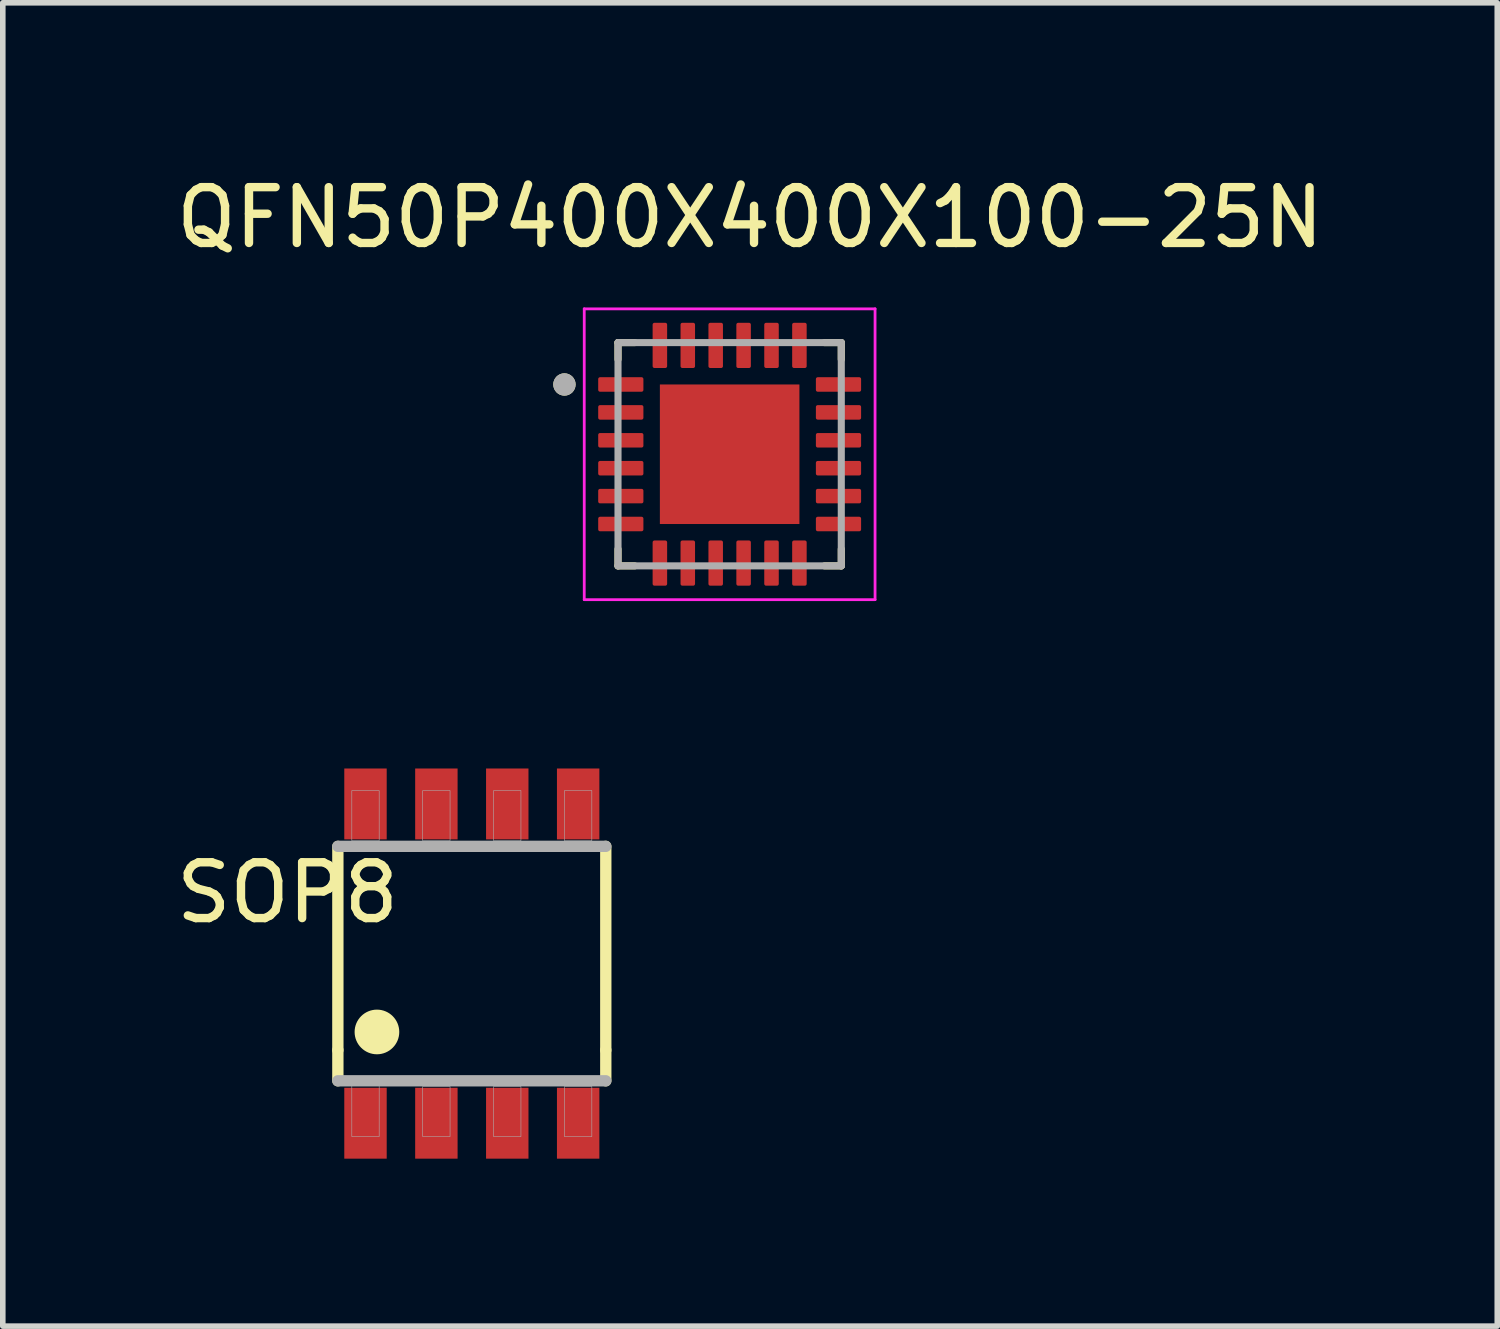
<source format=kicad_pcb>
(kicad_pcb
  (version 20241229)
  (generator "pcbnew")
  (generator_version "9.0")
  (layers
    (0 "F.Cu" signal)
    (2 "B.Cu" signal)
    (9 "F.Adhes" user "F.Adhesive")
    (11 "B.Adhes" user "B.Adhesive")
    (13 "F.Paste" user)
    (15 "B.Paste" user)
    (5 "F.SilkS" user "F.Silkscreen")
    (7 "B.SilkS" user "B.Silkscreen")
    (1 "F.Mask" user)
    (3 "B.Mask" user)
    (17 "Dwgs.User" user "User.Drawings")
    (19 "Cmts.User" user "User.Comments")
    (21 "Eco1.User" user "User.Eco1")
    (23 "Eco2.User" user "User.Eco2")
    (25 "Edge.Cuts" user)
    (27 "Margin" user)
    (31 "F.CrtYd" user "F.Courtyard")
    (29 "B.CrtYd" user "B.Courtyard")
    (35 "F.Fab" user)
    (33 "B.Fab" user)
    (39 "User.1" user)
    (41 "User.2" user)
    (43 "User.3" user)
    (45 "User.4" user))
  (footprint "QFN50P400X400X100-25N"
    (layer "F.Cu")
    (at 10.022 5.088)
    (property "Reference" "QFN50P400X400X100-25N" (at 0.365 -4.24 0) (layer "F.SilkS") (effects (font (size 1 1) (thickness 0.15))))
    (attr smd)
    (fp_line (start -2 -2) (end -2 -1.7) (stroke (width 0.127) (type solid)) (layer "F.SilkS"))
    (fp_line (start -2 -2) (end -1.7 -2) (stroke (width 0.127) (type solid)) (layer "F.SilkS"))
    (fp_line (start -2 2) (end -2 1.7) (stroke (width 0.127) (type solid)) (layer "F.SilkS"))
    (fp_line (start -2 2) (end -1.7 2) (stroke (width 0.127) (type solid)) (layer "F.SilkS"))
    (fp_line (start 2 -2) (end 1.7 -2) (stroke (width 0.127) (type solid)) (layer "F.SilkS"))
    (fp_line (start 2 -2) (end 2 -1.7) (stroke (width 0.127) (type solid)) (layer "F.SilkS"))
    (fp_line (start 2 2) (end 1.7 2) (stroke (width 0.127) (type solid)) (layer "F.SilkS"))
    (fp_line (start 2 2) (end 2 1.7) (stroke (width 0.127) (type solid)) (layer "F.SilkS"))
    (fp_circle (center -2.96 -1.25) (end -2.86 -1.25) (stroke (width 0.2) (type solid)) (fill no) (layer "F.SilkS"))
    (fp_poly (pts (xy -0.79 -0.79) (xy 0.79 -0.79) (xy 0.79 0.79) (xy -0.79 0.79)) (stroke (width 0.01) (type solid)) (fill yes) (layer "F.Paste"))
    (fp_line (start -2.605 -2.605) (end 2.605 -2.605) (stroke (width 0.05) (type solid)) (layer "F.CrtYd"))
    (fp_line (start -2.605 2.605) (end -2.605 -2.605) (stroke (width 0.05) (type solid)) (layer "F.CrtYd"))
    (fp_line (start -2.605 2.605) (end 2.605 2.605) (stroke (width 0.05) (type solid)) (layer "F.CrtYd"))
    (fp_line (start 2.605 2.605) (end 2.605 -2.605) (stroke (width 0.05) (type solid)) (layer "F.CrtYd"))
    (fp_line (start -2 2) (end -2 -2) (stroke (width 0.127) (type solid)) (layer "F.Fab"))
    (fp_line (start 2 -2) (end -2 -2) (stroke (width 0.127) (type solid)) (layer "F.Fab"))
    (fp_line (start 2 2) (end -2 2) (stroke (width 0.127) (type solid)) (layer "F.Fab"))
    (fp_line (start 2 2) (end 2 -2) (stroke (width 0.127) (type solid)) (layer "F.Fab"))
    (fp_circle (center -2.96 -1.25) (end -2.86 -1.25) (stroke (width 0.2) (type solid)) (fill no) (layer "F.Fab"))
    (pad "1" smd roundrect (at -1.95 -1.25) (size 0.81 0.26) (layers "F.Cu" "F.Mask" "F.Paste") (roundrect_rratio 0.125))
    (pad "2" smd roundrect (at -1.95 -0.75) (size 0.81 0.26) (layers "F.Cu" "F.Mask" "F.Paste") (roundrect_rratio 0.125))
    (pad "3" smd roundrect (at -1.95 -0.25) (size 0.81 0.26) (layers "F.Cu" "F.Mask" "F.Paste") (roundrect_rratio 0.125))
    (pad "4" smd roundrect (at -1.95 0.25) (size 0.81 0.26) (layers "F.Cu" "F.Mask" "F.Paste") (roundrect_rratio 0.125))
    (pad "5" smd roundrect (at -1.95 0.75) (size 0.81 0.26) (layers "F.Cu" "F.Mask" "F.Paste") (roundrect_rratio 0.125))
    (pad "6" smd roundrect (at -1.95 1.25) (size 0.81 0.26) (layers "F.Cu" "F.Mask" "F.Paste") (roundrect_rratio 0.125))
    (pad "7" smd roundrect (at -1.25 1.95) (size 0.26 0.81) (layers "F.Cu" "F.Mask" "F.Paste") (roundrect_rratio 0.125))
    (pad "8" smd roundrect (at -0.75 1.95) (size 0.26 0.81) (layers "F.Cu" "F.Mask" "F.Paste") (roundrect_rratio 0.125))
    (pad "9" smd roundrect (at -0.25 1.95) (size 0.26 0.81) (layers "F.Cu" "F.Mask" "F.Paste") (roundrect_rratio 0.125))
    (pad "10" smd roundrect (at 0.25 1.95) (size 0.26 0.81) (layers "F.Cu" "F.Mask" "F.Paste") (roundrect_rratio 0.125))
    (pad "11" smd roundrect (at 0.75 1.95) (size 0.26 0.81) (layers "F.Cu" "F.Mask" "F.Paste") (roundrect_rratio 0.125))
    (pad "12" smd roundrect (at 1.25 1.95) (size 0.26 0.81) (layers "F.Cu" "F.Mask" "F.Paste") (roundrect_rratio 0.125))
    (pad "13" smd roundrect (at 1.95 1.25) (size 0.81 0.26) (layers "F.Cu" "F.Mask" "F.Paste") (roundrect_rratio 0.125))
    (pad "14" smd roundrect (at 1.95 0.75) (size 0.81 0.26) (layers "F.Cu" "F.Mask" "F.Paste") (roundrect_rratio 0.125))
    (pad "15" smd roundrect (at 1.95 0.25) (size 0.81 0.26) (layers "F.Cu" "F.Mask" "F.Paste") (roundrect_rratio 0.125))
    (pad "16" smd roundrect (at 1.95 -0.25) (size 0.81 0.26) (layers "F.Cu" "F.Mask" "F.Paste") (roundrect_rratio 0.125))
    (pad "17" smd roundrect (at 1.95 -0.75) (size 0.81 0.26) (layers "F.Cu" "F.Mask" "F.Paste") (roundrect_rratio 0.125))
    (pad "18" smd roundrect (at 1.95 -1.25) (size 0.81 0.26) (layers "F.Cu" "F.Mask" "F.Paste") (roundrect_rratio 0.125))
    (pad "19" smd roundrect (at 1.25 -1.95) (size 0.26 0.81) (layers "F.Cu" "F.Mask" "F.Paste") (roundrect_rratio 0.125))
    (pad "20" smd roundrect (at 0.75 -1.95) (size 0.26 0.81) (layers "F.Cu" "F.Mask" "F.Paste") (roundrect_rratio 0.125))
    (pad "21" smd roundrect (at 0.25 -1.95) (size 0.26 0.81) (layers "F.Cu" "F.Mask" "F.Paste") (roundrect_rratio 0.125))
    (pad "22" smd roundrect (at -0.25 -1.95) (size 0.26 0.81) (layers "F.Cu" "F.Mask" "F.Paste") (roundrect_rratio 0.125))
    (pad "23" smd roundrect (at -0.75 -1.95) (size 0.26 0.81) (layers "F.Cu" "F.Mask" "F.Paste") (roundrect_rratio 0.125))
    (pad "24" smd roundrect (at -1.25 -1.95) (size 0.26 0.81) (layers "F.Cu" "F.Mask" "F.Paste") (roundrect_rratio 0.125))
    (pad "25" smd rect (at 0 0) (size 2.5 2.5) (layers "F.Cu" "F.Mask")))
  (footprint "SOP8"
    (layer "F.Cu")
    (at 5.403 14.213)
    (property "Reference" "SOP8" (at -3.302 -1.27 180) (layer "F.SilkS") (effects (font (size 1 1) (thickness 0.15))))
    (attr smd)
    (fp_line (start -2.4 1.55) (end -2.4 -2.1) (stroke (width 0.203) (type solid)) (layer "F.SilkS"))
    (fp_line (start -2.4 2.1) (end -2.4 1.55) (stroke (width 0.203) (type solid)) (layer "F.SilkS"))
    (fp_line (start 2.4 -2.1) (end 2.4 1.55) (stroke (width 0.203) (type solid)) (layer "F.SilkS"))
    (fp_line (start 2.4 1.55) (end 2.4 2.1) (stroke (width 0.203) (type solid)) (layer "F.SilkS"))
    (fp_circle (center -1.7 1.225) (end -1.3 1.225) (stroke (width 0) (type solid)) (fill yes) (layer "F.SilkS"))
    (fp_line (start -2.4 -2.1) (end 2.4 -2.1) (stroke (width 0.203) (type solid)) (layer "F.Fab"))
    (fp_line (start 2.4 2.1) (end -2.4 2.1) (stroke (width 0.203) (type solid)) (layer "F.Fab"))
    (fp_poly (pts (xy -2.15 -3.1) (xy -1.66 -3.1) (xy -1.66 -2.2) (xy -2.15 -2.2)) (stroke (width 0.01) (type solid)) (fill no) (layer "F.Fab"))
    (fp_poly (pts (xy -2.15 2.075) (xy -1.66 2.075) (xy -1.66 3.1) (xy -2.15 3.1)) (stroke (width 0.01) (type solid)) (fill no) (layer "F.Fab"))
    (fp_poly (pts (xy -0.88 -3.1) (xy -0.39 -3.1) (xy -0.39 -2.2) (xy -0.88 -2.2)) (stroke (width 0.01) (type solid)) (fill no) (layer "F.Fab"))
    (fp_poly (pts (xy -0.88 2.2) (xy -0.39 2.2) (xy -0.39 3.1) (xy -0.88 3.1)) (stroke (width 0.01) (type solid)) (fill no) (layer "F.Fab"))
    (fp_poly (pts (xy 0.39 -3.1) (xy 0.88 -3.1) (xy 0.88 -2.2) (xy 0.39 -2.2)) (stroke (width 0.01) (type solid)) (fill no) (layer "F.Fab"))
    (fp_poly (pts (xy 0.39 2.2) (xy 0.88 2.2) (xy 0.88 3.1) (xy 0.39 3.1)) (stroke (width 0.01) (type solid)) (fill no) (layer "F.Fab"))
    (fp_poly (pts (xy 1.66 -3.1) (xy 2.15 -3.1) (xy 2.15 -2.2) (xy 1.66 -2.2)) (stroke (width 0.01) (type solid)) (fill no) (layer "F.Fab"))
    (fp_poly (pts (xy 1.66 2.2) (xy 2.15 2.2) (xy 2.15 3.1) (xy 1.66 3.1)) (stroke (width 0.01) (type solid)) (fill no) (layer "F.Fab"))
    (pad "1" smd rect (at -1.905 2.86) (size 0.76 1.27) (layers "F.Cu" "F.Mask" "F.Paste"))
    (pad "2" smd rect (at -0.635 2.86) (size 0.76 1.27) (layers "F.Cu" "F.Mask" "F.Paste"))
    (pad "3" smd rect (at 0.635 2.86) (size 0.76 1.27) (layers "F.Cu" "F.Mask" "F.Paste"))
    (pad "4" smd rect (at 1.905 2.86) (size 0.76 1.27) (layers "F.Cu" "F.Mask" "F.Paste"))
    (pad "5" smd rect (at 1.905 -2.86) (size 0.76 1.27) (layers "F.Cu" "F.Mask" "F.Paste"))
    (pad "6" smd rect (at 0.635 -2.86) (size 0.76 1.27) (layers "F.Cu" "F.Mask" "F.Paste"))
    (pad "7" smd rect (at -0.635 -2.86) (size 0.76 1.27) (layers "F.Cu" "F.Mask" "F.Paste"))
    (pad "8" smd rect (at -1.905 -2.86) (size 0.76 1.27) (layers "F.Cu" "F.Mask" "F.Paste")))
  (gr_rect
    (start -3 -3)
    (end 23.774 20.708)
    (stroke (width 0.1) (type default))
    (fill no)
    (layer "Edge.Cuts")))
</source>
